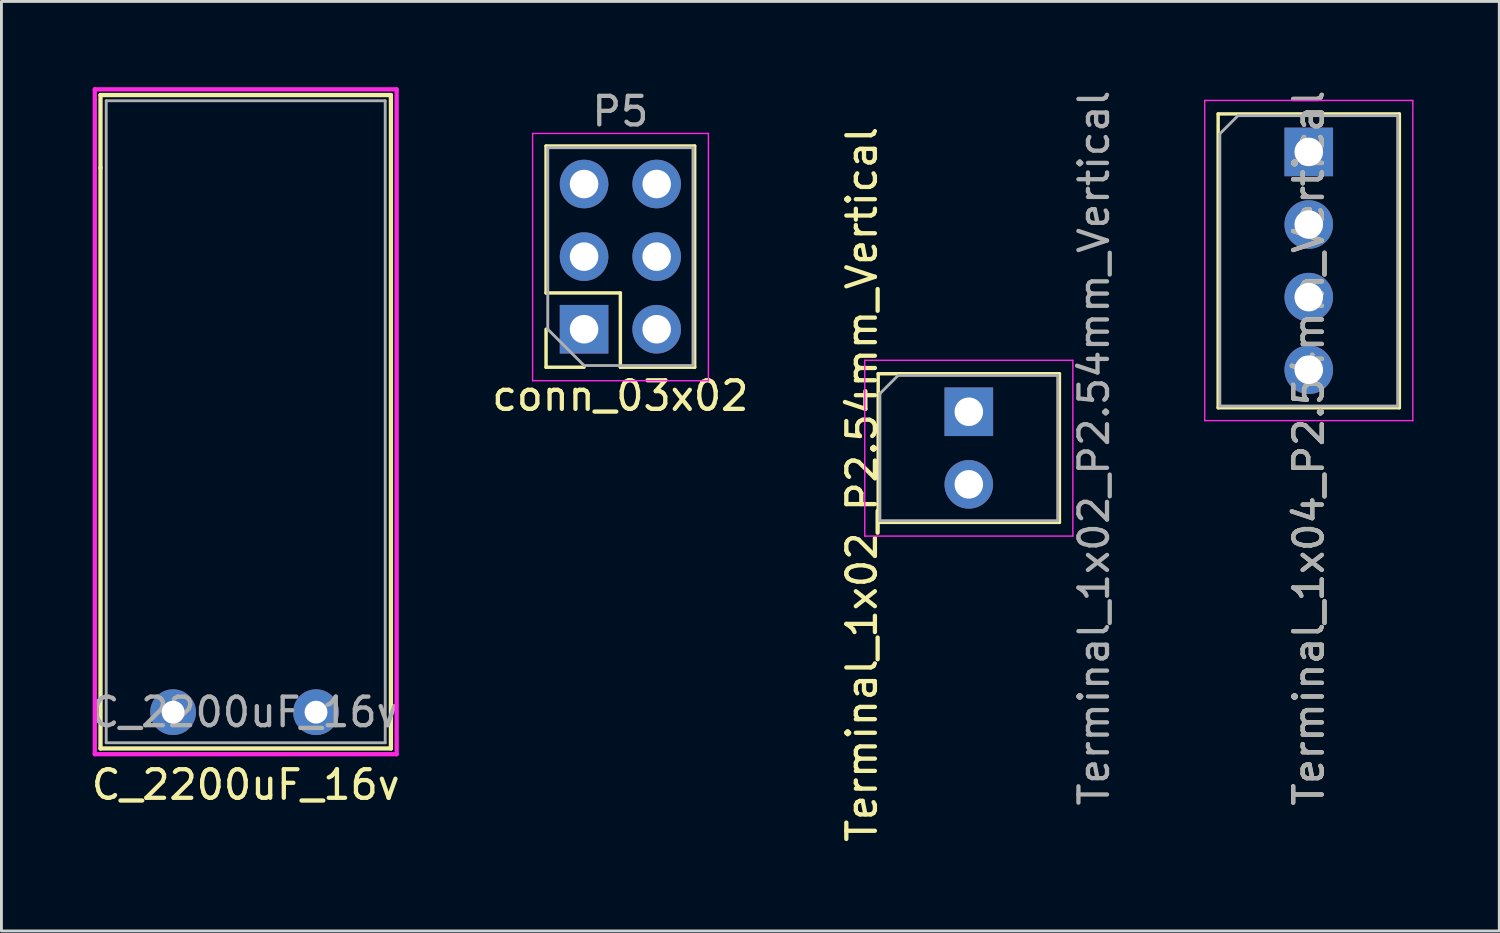
<source format=kicad_pcb>
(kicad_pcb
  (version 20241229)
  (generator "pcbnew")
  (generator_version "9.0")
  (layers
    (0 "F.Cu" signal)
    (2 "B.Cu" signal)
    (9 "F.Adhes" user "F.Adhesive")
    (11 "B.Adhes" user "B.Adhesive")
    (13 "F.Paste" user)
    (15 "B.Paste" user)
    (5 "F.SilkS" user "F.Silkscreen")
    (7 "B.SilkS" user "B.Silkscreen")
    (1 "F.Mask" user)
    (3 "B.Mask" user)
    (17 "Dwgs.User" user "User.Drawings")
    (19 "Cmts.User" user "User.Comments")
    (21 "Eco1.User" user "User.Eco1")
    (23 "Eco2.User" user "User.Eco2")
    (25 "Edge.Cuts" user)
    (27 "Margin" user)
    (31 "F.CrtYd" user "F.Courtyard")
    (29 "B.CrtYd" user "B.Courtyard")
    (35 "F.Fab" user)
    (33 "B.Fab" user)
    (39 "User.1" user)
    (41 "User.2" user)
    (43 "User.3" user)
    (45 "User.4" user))
  (footprint "C_2200uF_16v"
    (layer "F.Cu")
    (at 3.006 21.865)
    (property "Reference" "C_2200uF_16v" (at 2.54 2.54 0) (layer "F.SilkS") (effects (font (size 1 1) (thickness 0.15))))
    (attr through_hole)
    (fp_line (start -2.54 -21.59) (end -2.54 1.27) (stroke (width 0.15) (type solid)) (layer "F.SilkS"))
    (fp_line (start -2.54 -21.59) (end 7.62 -21.59) (stroke (width 0.15) (type solid)) (layer "F.SilkS"))
    (fp_line (start -2.54 -19.05) (end -2.54 -19.05) (stroke (width 0.15) (type solid)) (layer "F.SilkS"))
    (fp_line (start 7.62 1.27) (end -2.54 1.27) (stroke (width 0.15) (type solid)) (layer "F.SilkS"))
    (fp_line (start 7.62 1.27) (end 7.62 -21.59) (stroke (width 0.15) (type solid)) (layer "F.SilkS"))
    (fp_line (start -2.74 -21.79) (end 7.82 -21.79) (stroke (width 0.15) (type solid)) (layer "F.CrtYd"))
    (fp_line (start -2.74 1.47) (end -2.74 -21.79) (stroke (width 0.15) (type solid)) (layer "F.CrtYd"))
    (fp_line (start 7.82 -21.79) (end 7.82 1.47) (stroke (width 0.15) (type solid)) (layer "F.CrtYd"))
    (fp_line (start 7.82 1.47) (end -2.74 1.47) (stroke (width 0.15) (type solid)) (layer "F.CrtYd"))
    (fp_line (start -2.34 -21.39) (end -2.34 1.07) (stroke (width 0.1) (type solid)) (layer "F.Fab"))
    (fp_line (start -2.34 1.07) (end 7.42 1.07) (stroke (width 0.1) (type solid)) (layer "F.Fab"))
    (fp_line (start 7.42 -21.39) (end -2.34 -21.39) (stroke (width 0.1) (type solid)) (layer "F.Fab"))
    (fp_line (start 7.42 1.07) (end 7.42 -21.39) (stroke (width 0.1) (type solid)) (layer "F.Fab"))
    (fp_text user "${REFERENCE}" (at 2.5 0 0) (layer "F.Fab") (effects (font (size 1 1) (thickness 0.15))))
    (pad "1" thru_hole circle (at 0 0) (size 1.6 1.6) (drill 0.8) (layers "*.Cu" "*.Mask"))
    (pad "2" thru_hole circle (at 5 0) (size 1.6 1.6) (drill 0.8) (layers "*.Cu" "*.Mask")))
  (footprint "conn_03x02"
    (layer "F.Cu")
    (at 17.383 3.388)
    (property "Reference" "conn_03x02" (at 1.27 7.41 180) (layer "F.SilkS") (effects (font (size 1 1) (thickness 0.15))))
    (attr through_hole)
    (fp_line (start -1.33 -1.33) (end 3.87 -1.33) (stroke (width 0.12) (type solid)) (layer "F.SilkS"))
    (fp_line (start -1.33 3.81) (end -1.33 -1.33) (stroke (width 0.12) (type solid)) (layer "F.SilkS"))
    (fp_line (start -1.33 3.81) (end 1.27 3.81) (stroke (width 0.12) (type solid)) (layer "F.SilkS"))
    (fp_line (start -1.33 5.08) (end -1.33 6.41) (stroke (width 0.12) (type solid)) (layer "F.SilkS"))
    (fp_line (start -1.33 6.41) (end 0 6.41) (stroke (width 0.12) (type solid)) (layer "F.SilkS"))
    (fp_line (start 1.27 3.81) (end 1.27 6.41) (stroke (width 0.12) (type solid)) (layer "F.SilkS"))
    (fp_line (start 1.27 6.41) (end 3.87 6.41) (stroke (width 0.12) (type solid)) (layer "F.SilkS"))
    (fp_line (start 3.87 6.41) (end 3.87 -1.33) (stroke (width 0.12) (type solid)) (layer "F.SilkS"))
    (fp_line (start -1.8 -1.77) (end 4.35 -1.77) (stroke (width 0.05) (type solid)) (layer "F.CrtYd"))
    (fp_line (start -1.8 6.88) (end -1.8 -1.77) (stroke (width 0.05) (type solid)) (layer "F.CrtYd"))
    (fp_line (start 4.35 -1.77) (end 4.35 6.88) (stroke (width 0.05) (type solid)) (layer "F.CrtYd"))
    (fp_line (start 4.35 6.88) (end -1.8 6.88) (stroke (width 0.05) (type solid)) (layer "F.CrtYd"))
    (fp_line (start -1.27 -1.27) (end -1.27 5.08) (stroke (width 0.1) (type solid)) (layer "F.Fab"))
    (fp_line (start -1.27 5.08) (end 0 6.35) (stroke (width 0.1) (type solid)) (layer "F.Fab"))
    (fp_line (start 0 6.35) (end 3.81 6.35) (stroke (width 0.1) (type solid)) (layer "F.Fab"))
    (fp_line (start 3.81 -1.27) (end -1.27 -1.27) (stroke (width 0.1) (type solid)) (layer "F.Fab"))
    (fp_line (start 3.81 6.35) (end 3.81 -1.27) (stroke (width 0.1) (type solid)) (layer "F.Fab"))
    (fp_text user "P5" (at 1.27 -2.54 0) (layer "F.Fab") (effects (font (size 1 1) (thickness 0.15))))
    (pad "1" thru_hole rect (at 0 5.08 180) (size 1.7 1.7) (drill 1) (layers "*.Cu" "*.Mask"))
    (pad "2" thru_hole oval (at 0 2.54 180) (size 1.7 1.7) (drill 1) (layers "*.Cu" "*.Mask"))
    (pad "3" thru_hole oval (at 0 0 180) (size 1.7 1.7) (drill 1) (layers "*.Cu" "*.Mask"))
    (pad "4" thru_hole oval (at 2.54 5.08 180) (size 1.7 1.7) (drill 1) (layers "*.Cu" "*.Mask"))
    (pad "5" thru_hole oval (at 2.54 2.54 180) (size 1.7 1.7) (drill 1) (layers "*.Cu" "*.Mask"))
    (pad "6" thru_hole oval (at 2.54 0 180) (size 1.7 1.7) (drill 1) (layers "*.Cu" "*.Mask")))
  (footprint "Terminal_1x04_P2.54mm_Vertical"
    (layer "F.Cu")
    (at 42.736 2.265)
    (property "Reference" "Terminal_1x04_P2.54mm_Vertical" (at 0 10.36 90) (layer "F.SilkS") (effects (font (size 1 1) (thickness 0.15))))
    (attr through_hole)
    (fp_line (start -3.17 -1.33) (end -3.17 8.95) (stroke (width 0.12) (type solid)) (layer "F.SilkS"))
    (fp_line (start -3.17 -1.33) (end 3.17 -1.33) (stroke (width 0.12) (type solid)) (layer "F.SilkS"))
    (fp_line (start -3.17 8.95) (end 3.17 8.95) (stroke (width 0.12) (type solid)) (layer "F.SilkS"))
    (fp_line (start 3.17 -1.33) (end 3.17 8.95) (stroke (width 0.12) (type solid)) (layer "F.SilkS"))
    (fp_line (start -3.64 -1.8) (end -3.64 9.4) (stroke (width 0.05) (type solid)) (layer "F.CrtYd"))
    (fp_line (start -3.64 9.4) (end 3.64 9.4) (stroke (width 0.05) (type solid)) (layer "F.CrtYd"))
    (fp_line (start 3.64 -1.8) (end -3.64 -1.8) (stroke (width 0.05) (type solid)) (layer "F.CrtYd"))
    (fp_line (start 3.64 9.4) (end 3.64 -1.8) (stroke (width 0.05) (type solid)) (layer "F.CrtYd"))
    (fp_line (start -3.11 -0.635) (end -2.475 -1.27) (stroke (width 0.1) (type solid)) (layer "F.Fab"))
    (fp_line (start -3.11 8.89) (end -3.11 -0.635) (stroke (width 0.1) (type solid)) (layer "F.Fab"))
    (fp_line (start -2.475 -1.27) (end 3.11 -1.27) (stroke (width 0.1) (type solid)) (layer "F.Fab"))
    (fp_line (start 3.11 -1.27) (end 3.11 8.89) (stroke (width 0.1) (type solid)) (layer "F.Fab"))
    (fp_line (start 3.11 8.89) (end -3.11 8.89) (stroke (width 0.1) (type solid)) (layer "F.Fab"))
    (fp_text user "${REFERENCE}" (at 0 10.36 90) (layer "F.Fab") (effects (font (size 1 1) (thickness 0.15))))
    (pad "1" thru_hole rect (at 0 0) (size 1.7 1.7) (drill 1) (layers "*.Cu" "*.Mask"))
    (pad "2" thru_hole oval (at 0 2.54) (size 1.7 1.7) (drill 1) (layers "*.Cu" "*.Mask"))
    (pad "3" thru_hole oval (at 0 5.08) (size 1.7 1.7) (drill 1) (layers "*.Cu" "*.Mask"))
    (pad "4" thru_hole oval (at 0 7.62) (size 1.7 1.7) (drill 1) (layers "*.Cu" "*.Mask")))
  (footprint "Terminal_1x02_P2.54mm_Vertical"
    (layer "F.Cu")
    (at 30.843 11.355)
    (property "Reference" "Terminal_1x02_P2.54mm_Vertical" (at -3.74 2.54 90) (layer "F.SilkS") (effects (font (size 1 1) (thickness 0.15))))
    (attr through_hole)
    (fp_line (start -3.17 -1.33) (end -3.17 3.87) (stroke (width 0.12) (type solid)) (layer "F.SilkS"))
    (fp_line (start -3.17 -1.33) (end 3.17 -1.33) (stroke (width 0.12) (type solid)) (layer "F.SilkS"))
    (fp_line (start -3.17 3.87) (end 3.17 3.87) (stroke (width 0.12) (type solid)) (layer "F.SilkS"))
    (fp_line (start 3.17 -1.33) (end 3.17 3.87) (stroke (width 0.12) (type solid)) (layer "F.SilkS"))
    (fp_line (start -3.64 -1.8) (end -3.64 4.35) (stroke (width 0.05) (type solid)) (layer "F.CrtYd"))
    (fp_line (start -3.64 4.35) (end 3.64 4.35) (stroke (width 0.05) (type solid)) (layer "F.CrtYd"))
    (fp_line (start 3.64 -1.8) (end -3.64 -1.8) (stroke (width 0.05) (type solid)) (layer "F.CrtYd"))
    (fp_line (start 3.64 4.35) (end 3.64 -1.8) (stroke (width 0.05) (type solid)) (layer "F.CrtYd"))
    (fp_line (start -3.11 -0.635) (end -2.475 -1.27) (stroke (width 0.1) (type solid)) (layer "F.Fab"))
    (fp_line (start -3.11 3.81) (end -3.11 -0.635) (stroke (width 0.1) (type solid)) (layer "F.Fab"))
    (fp_line (start -2.475 -1.27) (end 3.11 -1.27) (stroke (width 0.1) (type solid)) (layer "F.Fab"))
    (fp_line (start 3.11 -1.27) (end 3.11 3.81) (stroke (width 0.1) (type solid)) (layer "F.Fab"))
    (fp_line (start 3.11 3.81) (end -3.11 3.81) (stroke (width 0.1) (type solid)) (layer "F.Fab"))
    (fp_text user "${REFERENCE}" (at 4.38 1.27 90) (layer "F.Fab") (effects (font (size 1 1) (thickness 0.15))))
    (pad "1" thru_hole rect (at 0 0) (size 1.7 1.7) (drill 1) (layers "*.Cu" "*.Mask"))
    (pad "2" thru_hole oval (at 0 2.54) (size 1.7 1.7) (drill 1) (layers "*.Cu" "*.Mask")))
  (gr_rect
    (start -3 -3)
    (end 49.401 29.52)
    (stroke (width 0.1) (type default))
    (fill no)
    (layer "Edge.Cuts")))
</source>
